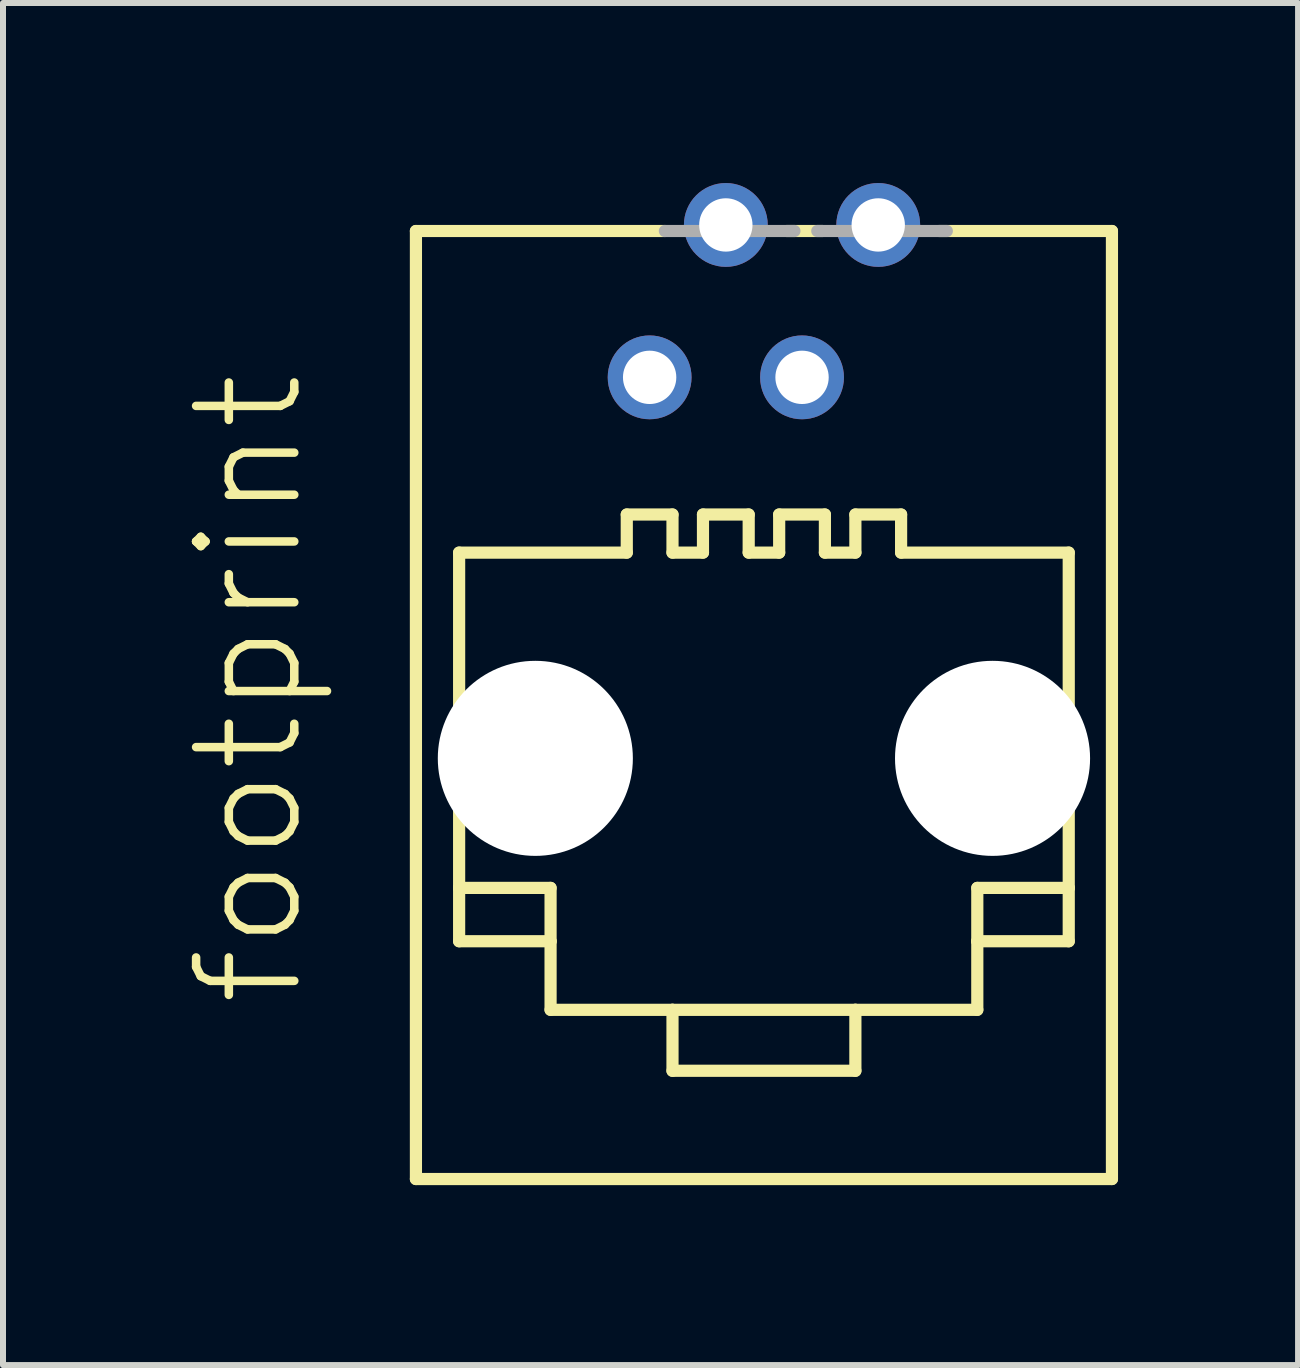
<source format=kicad_pcb>
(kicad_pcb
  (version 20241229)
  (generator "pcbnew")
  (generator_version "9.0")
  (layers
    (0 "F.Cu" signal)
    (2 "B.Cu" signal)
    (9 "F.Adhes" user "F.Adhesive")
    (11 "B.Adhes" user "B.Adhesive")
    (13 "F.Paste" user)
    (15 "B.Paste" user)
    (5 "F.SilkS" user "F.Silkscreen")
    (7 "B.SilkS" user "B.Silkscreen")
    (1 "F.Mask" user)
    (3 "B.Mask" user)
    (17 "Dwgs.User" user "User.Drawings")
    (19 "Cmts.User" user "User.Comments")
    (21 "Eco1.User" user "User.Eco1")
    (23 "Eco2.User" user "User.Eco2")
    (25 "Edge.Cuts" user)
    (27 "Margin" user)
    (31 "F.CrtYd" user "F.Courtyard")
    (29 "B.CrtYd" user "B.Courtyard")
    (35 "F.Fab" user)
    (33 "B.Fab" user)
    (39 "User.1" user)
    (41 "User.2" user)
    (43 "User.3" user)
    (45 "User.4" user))
  (footprint "footprint"
    (layer "F.Cu")
    (at 9.682 8.7)
    (property "Reference" "footprint" (at -7.62 5.08 90) (layer "F.SilkS") (effects (font (size 1.636 1.636) (thickness 0.142)) (justify left bottom)))
    (fp_line (start -5.8 -7.9) (end -5.8 7.9) (stroke (width 0.203) (type solid)) (layer "F.SilkS"))
    (fp_line (start -5.8 7.9) (end 5.8 7.9) (stroke (width 0.203) (type solid)) (layer "F.SilkS"))
    (fp_line (start -5.08 -2.54) (end -5.08 3.048) (stroke (width 0.203) (type solid)) (layer "F.SilkS"))
    (fp_line (start -5.08 3.048) (end -5.08 3.937) (stroke (width 0.203) (type solid)) (layer "F.SilkS"))
    (fp_line (start -5.08 3.048) (end -3.556 3.048) (stroke (width 0.203) (type solid)) (layer "F.SilkS"))
    (fp_line (start -5.08 3.937) (end -3.556 3.937) (stroke (width 0.203) (type solid)) (layer "F.SilkS"))
    (fp_line (start -3.556 3.048) (end -3.556 3.937) (stroke (width 0.203) (type solid)) (layer "F.SilkS"))
    (fp_line (start -3.556 3.937) (end -3.556 5.08) (stroke (width 0.203) (type solid)) (layer "F.SilkS"))
    (fp_line (start -3.556 5.08) (end -1.524 5.08) (stroke (width 0.203) (type solid)) (layer "F.SilkS"))
    (fp_line (start -2.286 -3.175) (end -2.286 -2.54) (stroke (width 0.203) (type solid)) (layer "F.SilkS"))
    (fp_line (start -2.286 -3.175) (end -1.524 -3.175) (stroke (width 0.203) (type solid)) (layer "F.SilkS"))
    (fp_line (start -2.286 -2.54) (end -5.08 -2.54) (stroke (width 0.203) (type solid)) (layer "F.SilkS"))
    (fp_line (start -1.651 -7.9) (end -5.8 -7.9) (stroke (width 0.203) (type solid)) (layer "F.SilkS"))
    (fp_line (start -1.524 -3.175) (end -1.524 -2.54) (stroke (width 0.203) (type solid)) (layer "F.SilkS"))
    (fp_line (start -1.524 5.08) (end -1.524 6.096) (stroke (width 0.203) (type solid)) (layer "F.SilkS"))
    (fp_line (start -1.524 5.08) (end 1.524 5.08) (stroke (width 0.203) (type solid)) (layer "F.SilkS"))
    (fp_line (start -1.524 6.096) (end 1.524 6.096) (stroke (width 0.203) (type solid)) (layer "F.SilkS"))
    (fp_line (start -1.016 -3.175) (end -1.016 -2.54) (stroke (width 0.203) (type solid)) (layer "F.SilkS"))
    (fp_line (start -1.016 -3.175) (end -0.254 -3.175) (stroke (width 0.203) (type solid)) (layer "F.SilkS"))
    (fp_line (start -1.016 -2.54) (end -1.524 -2.54) (stroke (width 0.203) (type solid)) (layer "F.SilkS"))
    (fp_line (start -0.254 -3.175) (end -0.254 -2.54) (stroke (width 0.203) (type solid)) (layer "F.SilkS"))
    (fp_line (start 0.254 -3.175) (end 0.254 -2.54) (stroke (width 0.203) (type solid)) (layer "F.SilkS"))
    (fp_line (start 0.254 -3.175) (end 1.016 -3.175) (stroke (width 0.203) (type solid)) (layer "F.SilkS"))
    (fp_line (start 0.254 -2.54) (end -0.254 -2.54) (stroke (width 0.203) (type solid)) (layer "F.SilkS"))
    (fp_line (start 0.974 -7.9) (end 0.381 -7.9) (stroke (width 0.203) (type solid)) (layer "F.SilkS"))
    (fp_line (start 1.016 -3.175) (end 1.016 -2.54) (stroke (width 0.203) (type solid)) (layer "F.SilkS"))
    (fp_line (start 1.524 -3.175) (end 1.524 -2.54) (stroke (width 0.203) (type solid)) (layer "F.SilkS"))
    (fp_line (start 1.524 -3.175) (end 2.286 -3.175) (stroke (width 0.203) (type solid)) (layer "F.SilkS"))
    (fp_line (start 1.524 -2.54) (end 1.016 -2.54) (stroke (width 0.203) (type solid)) (layer "F.SilkS"))
    (fp_line (start 1.524 5.08) (end 3.556 5.08) (stroke (width 0.203) (type solid)) (layer "F.SilkS"))
    (fp_line (start 1.524 6.096) (end 1.524 5.08) (stroke (width 0.203) (type solid)) (layer "F.SilkS"))
    (fp_line (start 2.286 -3.175) (end 2.286 -2.54) (stroke (width 0.203) (type solid)) (layer "F.SilkS"))
    (fp_line (start 3.556 3.048) (end 3.556 3.937) (stroke (width 0.203) (type solid)) (layer "F.SilkS"))
    (fp_line (start 3.556 3.937) (end 3.556 5.08) (stroke (width 0.203) (type solid)) (layer "F.SilkS"))
    (fp_line (start 5.08 -2.54) (end 2.286 -2.54) (stroke (width 0.203) (type solid)) (layer "F.SilkS"))
    (fp_line (start 5.08 3.048) (end 3.556 3.048) (stroke (width 0.203) (type solid)) (layer "F.SilkS"))
    (fp_line (start 5.08 3.048) (end 5.08 -2.54) (stroke (width 0.203) (type solid)) (layer "F.SilkS"))
    (fp_line (start 5.08 3.937) (end 3.556 3.937) (stroke (width 0.203) (type solid)) (layer "F.SilkS"))
    (fp_line (start 5.08 3.937) (end 5.08 3.048) (stroke (width 0.203) (type solid)) (layer "F.SilkS"))
    (fp_line (start 5.8 -7.9) (end 2.921 -7.9) (stroke (width 0.203) (type solid)) (layer "F.SilkS"))
    (fp_line (start 5.8 7.9) (end 5.8 -7.9) (stroke (width 0.203) (type solid)) (layer "F.SilkS"))
    (fp_line (start 0.508 -7.9) (end -1.651 -7.9) (stroke (width 0.203) (type solid)) (layer "F.Fab"))
    (fp_line (start 3.048 -7.9) (end 0.889 -7.9) (stroke (width 0.203) (type solid)) (layer "F.Fab"))
    (pad "" np_thru_hole circle (at -3.81 0.889) (size 3.251 3.251) (drill 3.251) (layers "*.Cu" "*.Mask"))
    (pad "" np_thru_hole circle (at 3.81 0.889) (size 3.251 3.251) (drill 3.251) (layers "*.Cu" "*.Mask"))
    (pad "1" thru_hole circle (at -1.905 -5.461) (size 1.397 1.397) (drill 0.889) (layers "*.Cu" "*.Mask"))
    (pad "2" thru_hole circle (at -0.635 -8.001) (size 1.397 1.397) (drill 0.889) (layers "*.Cu" "*.Mask"))
    (pad "3" thru_hole circle (at 0.635 -5.461) (size 1.397 1.397) (drill 0.889) (layers "*.Cu" "*.Mask"))
    (pad "4" thru_hole circle (at 1.905 -8.001) (size 1.397 1.397) (drill 0.889) (layers "*.Cu" "*.Mask")))
  (gr_rect
    (start -3 -3)
    (end 18.584 19.701)
    (stroke (width 0.1) (type default))
    (fill no)
    (layer "Edge.Cuts")))
</source>
